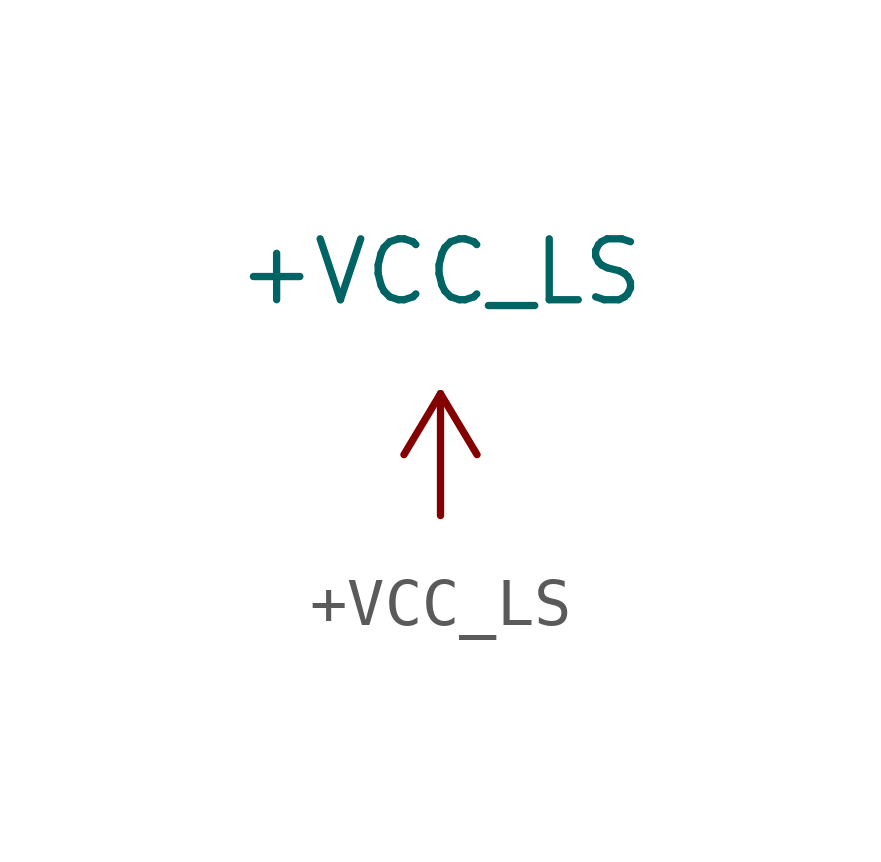
<source format=kicad_sym>
(kicad_symbol_lib
  (version 20220914)
  (generator kicad_symbol_editor)
  (symbol "+VCC_LS"
    (power)
    (pin_numbers hide)
    (pin_names
      (offset 0))
    (property "Reference" "#PWR"
      (at 1.27 0 90)
      (effects (font (size 1.27 1.27)) hide))
    (property "Value" "+VCC_LS"
      (at 0 5.08 0)
      (effects (font (size 1.27 1.27))))
    (symbol "+VCC_LS_1_1"
      (polyline (pts (xy -0.762 1.27) (xy 0 2.54)) (stroke (width 0) (type default)) (fill (type none)))
      (polyline (pts (xy 0 0) (xy 0 2.54)) (stroke (width 0) (type default)) (fill (type none)))
      (polyline (pts (xy 0 2.54) (xy 0.762 1.27)) (stroke (width 0) (type default)) (fill (type none)))
      (pin power_in line (at 0 0 90) (length 0) hide (name "+VCC_LS" (effects (font (size 1.27 1.27)))) (number "1" (effects (font (size 1.27 1.27))))))))
</source>
